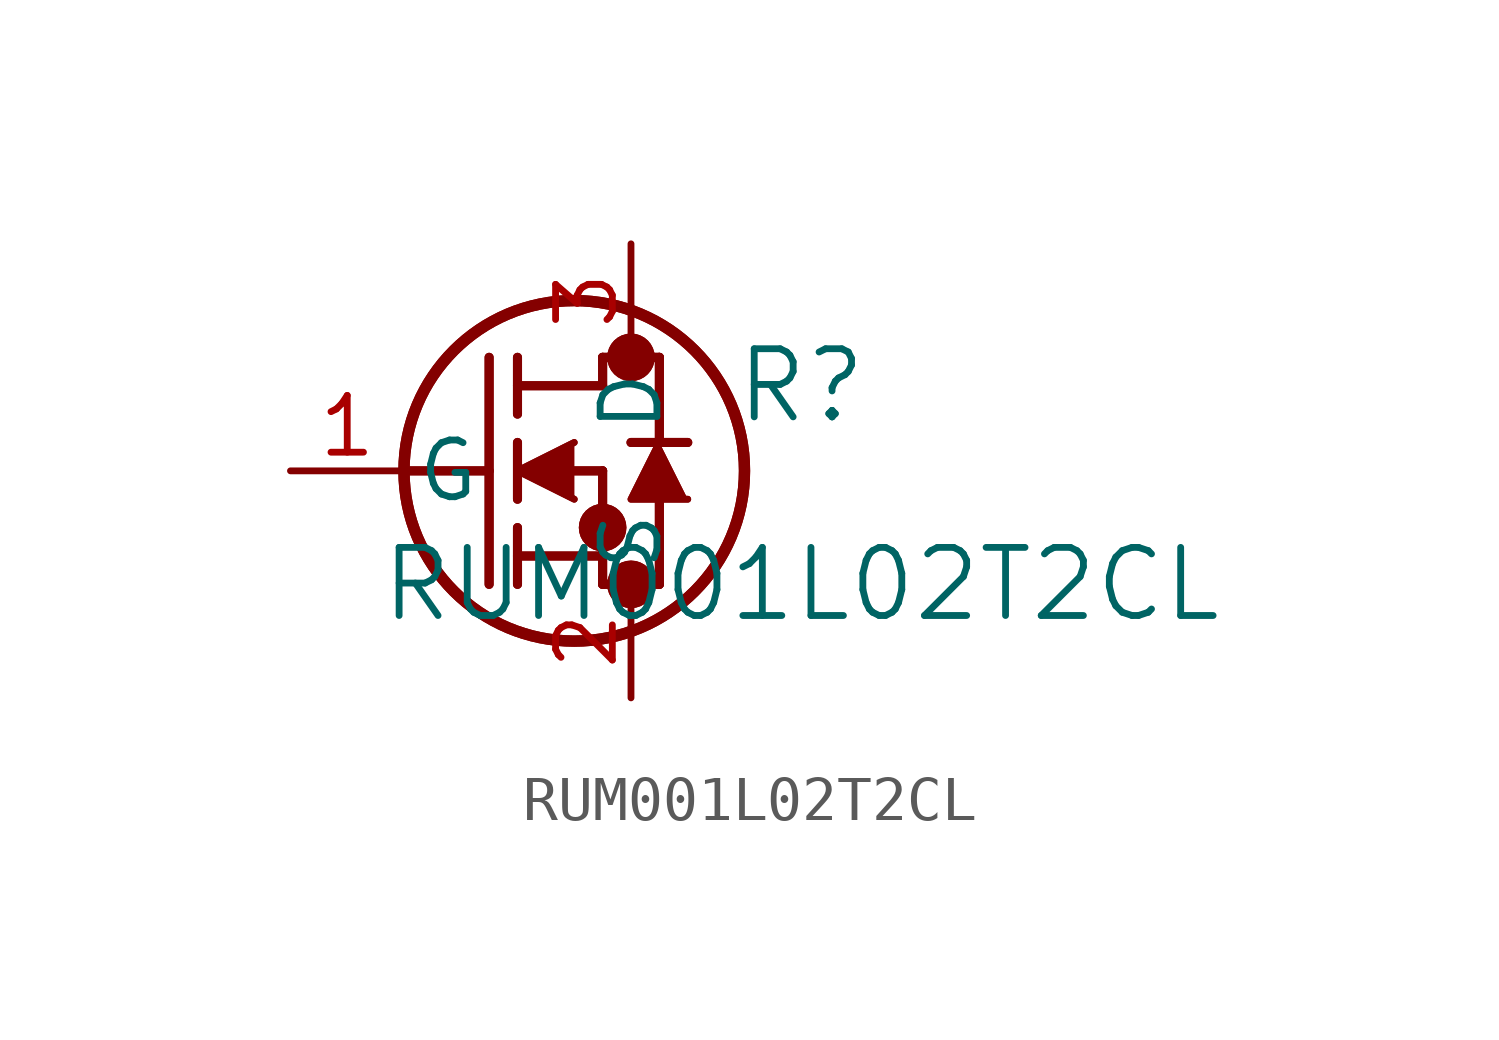
<source format=kicad_sym>
(kicad_symbol_lib
  (version 20211014)
  (generator kicad_symbol_editor)
  (symbol "RUM001L02T2CL"
    (pin_names
      (offset 0.254))
    (property "Reference" "R"
      (at 11.43 1.905 0)
      (effects (font (size 1.524 1.524))))
    (property "Value" "RUM001L02T2CL"
      (at 11.43 -2.54 0)
      (effects (font (size 1.524 1.524))))
    (symbol "RUM001L02T2CL_0_1"
      (circle (center 7.62 2.54) (radius 0.025) (stroke (width 0.508) (type default) (color 0 0 0 0)) (fill (type none)))
      (circle (center 7.62 -2.54) (radius 0.025) (stroke (width 0.508) (type default) (color 0 0 0 0)) (fill (type none)))
      (circle (center 6.985 -1.27) (radius 0.025) (stroke (width 0.508) (type default) (color 0 0 0 0)) (fill (type none)))
      (circle (center 6.35 0) (radius 3.81) (stroke (width 0.254) (type default) (color 0 0 0 0)) (fill (type none)))
      (polyline (pts (xy 2.54 0) (xy 4.445 0)) (stroke (width 0.203) (type default) (color 0 0 0 0)) (fill (type none)))
      (polyline (pts (xy 4.445 -2.54) (xy 4.445 2.54)) (stroke (width 0.203) (type default) (color 0 0 0 0)) (fill (type none)))
      (polyline (pts (xy 5.08 -0.635) (xy 5.08 0.635)) (stroke (width 0.203) (type default) (color 0 0 0 0)) (fill (type none)))
      (polyline (pts (xy 5.08 -2.54) (xy 5.08 -1.27)) (stroke (width 0.203) (type default) (color 0 0 0 0)) (fill (type none)))
      (polyline (pts (xy 5.08 1.27) (xy 5.08 2.54)) (stroke (width 0.203) (type default) (color 0 0 0 0)) (fill (type none)))
      (polyline (pts (xy 6.35 0) (xy 6.985 0)) (stroke (width 0.203) (type default) (color 0 0 0 0)) (fill (type none)))
      (polyline (pts (xy 5.08 -1.905) (xy 6.985 -1.905)) (stroke (width 0.203) (type default) (color 0 0 0 0)) (fill (type none)))
      (polyline (pts (xy 6.985 -2.54) (xy 6.985 0)) (stroke (width 0.203) (type default) (color 0 0 0 0)) (fill (type none)))
      (polyline (pts (xy 6.985 -2.54) (xy 8.255 -2.54)) (stroke (width 0.203) (type default) (color 0 0 0 0)) (fill (type none)))
      (polyline (pts (xy 5.08 1.905) (xy 6.985 1.905)) (stroke (width 0.203) (type default) (color 0 0 0 0)) (fill (type none)))
      (polyline (pts (xy 8.255 0.635) (xy 8.255 2.54)) (stroke (width 0.203) (type default) (color 0 0 0 0)) (fill (type none)))
      (polyline (pts (xy 6.35 0.635) (xy 5.08 0) (xy 6.35 -0.635)) (stroke (width 0) (type default) (color 0 0 0 0)) (fill (type outline)))
      (polyline (pts (xy 8.89 -0.635) (xy 7.62 -0.635) (xy 8.255 0.635)) (stroke (width 0) (type default) (color 0 0 0 0)) (fill (type outline)))
      (polyline (pts (xy 8.255 -2.54) (xy 8.255 -0.635)) (stroke (width 0.203) (type default) (color 0 0 0 0)) (fill (type none)))
      (polyline (pts (xy 8.89 0.635) (xy 7.62 0.635)) (stroke (width 0.203) (type default) (color 0 0 0 0)) (fill (type none)))
      (polyline (pts (xy 6.985 2.54) (xy 8.255 2.54)) (stroke (width 0.203) (type default) (color 0 0 0 0)) (fill (type none)))
      (polyline (pts (xy 6.985 1.905) (xy 6.985 2.54)) (stroke (width 0.203) (type default) (color 0 0 0 0)) (fill (type none)))
      (pin unspecified line (at 0 0 0) (length 2.54) (name "G" (effects (font (size 1.27 1.27)))) (number "1" (effects (font (size 1.27 1.27)))))
      (pin unspecified line (at 7.62 -5.08 90) (length 2.54) (name "S" (effects (font (size 1.27 1.27)))) (number "2" (effects (font (size 1.27 1.27)))))
      (pin unspecified line (at 7.62 5.08 270) (length 2.54) (name "D" (effects (font (size 1.27 1.27)))) (number "3" (effects (font (size 1.27 1.27))))))
    (symbol "RUM001L02T2CL_0_1"
      (circle (center 7.62 2.54) (radius 0.025) (stroke (width 0.508) (type default) (color 0 0 0 0)) (fill (type none)))
      (circle (center 7.62 -2.54) (radius 0.025) (stroke (width 0.508) (type default) (color 0 0 0 0)) (fill (type none)))
      (circle (center 6.985 -1.27) (radius 0.025) (stroke (width 0.508) (type default) (color 0 0 0 0)) (fill (type none)))
      (circle (center 6.35 0) (radius 3.81) (stroke (width 0.254) (type default) (color 0 0 0 0)) (fill (type none)))
      (polyline (pts (xy 2.54 0) (xy 4.445 0)) (stroke (width 0.203) (type default) (color 0 0 0 0)) (fill (type none)))
      (polyline (pts (xy 4.445 -2.54) (xy 4.445 2.54)) (stroke (width 0.203) (type default) (color 0 0 0 0)) (fill (type none)))
      (polyline (pts (xy 5.08 -0.635) (xy 5.08 0.635)) (stroke (width 0.203) (type default) (color 0 0 0 0)) (fill (type none)))
      (polyline (pts (xy 5.08 -2.54) (xy 5.08 -1.27)) (stroke (width 0.203) (type default) (color 0 0 0 0)) (fill (type none)))
      (polyline (pts (xy 5.08 1.27) (xy 5.08 2.54)) (stroke (width 0.203) (type default) (color 0 0 0 0)) (fill (type none)))
      (polyline (pts (xy 6.35 0) (xy 6.985 0)) (stroke (width 0.203) (type default) (color 0 0 0 0)) (fill (type none)))
      (polyline (pts (xy 5.08 -1.905) (xy 6.985 -1.905)) (stroke (width 0.203) (type default) (color 0 0 0 0)) (fill (type none)))
      (polyline (pts (xy 6.985 -2.54) (xy 6.985 0)) (stroke (width 0.203) (type default) (color 0 0 0 0)) (fill (type none)))
      (polyline (pts (xy 6.985 -2.54) (xy 8.255 -2.54)) (stroke (width 0.203) (type default) (color 0 0 0 0)) (fill (type none)))
      (polyline (pts (xy 5.08 1.905) (xy 6.985 1.905)) (stroke (width 0.203) (type default) (color 0 0 0 0)) (fill (type none)))
      (polyline (pts (xy 8.255 0.635) (xy 8.255 2.54)) (stroke (width 0.203) (type default) (color 0 0 0 0)) (fill (type none)))
      (polyline (pts (xy 6.35 0.635) (xy 5.08 0) (xy 6.35 -0.635)) (stroke (width 0) (type default) (color 0 0 0 0)) (fill (type outline)))
      (polyline (pts (xy 8.89 -0.635) (xy 7.62 -0.635) (xy 8.255 0.635)) (stroke (width 0) (type default) (color 0 0 0 0)) (fill (type outline)))
      (polyline (pts (xy 8.255 -2.54) (xy 8.255 -0.635)) (stroke (width 0.203) (type default) (color 0 0 0 0)) (fill (type none)))
      (polyline (pts (xy 8.89 0.635) (xy 7.62 0.635)) (stroke (width 0.203) (type default) (color 0 0 0 0)) (fill (type none)))
      (polyline (pts (xy 6.985 2.54) (xy 8.255 2.54)) (stroke (width 0.203) (type default) (color 0 0 0 0)) (fill (type none)))
      (polyline (pts (xy 6.985 1.905) (xy 6.985 2.54)) (stroke (width 0.203) (type default) (color 0 0 0 0)) (fill (type none))))))
</source>
